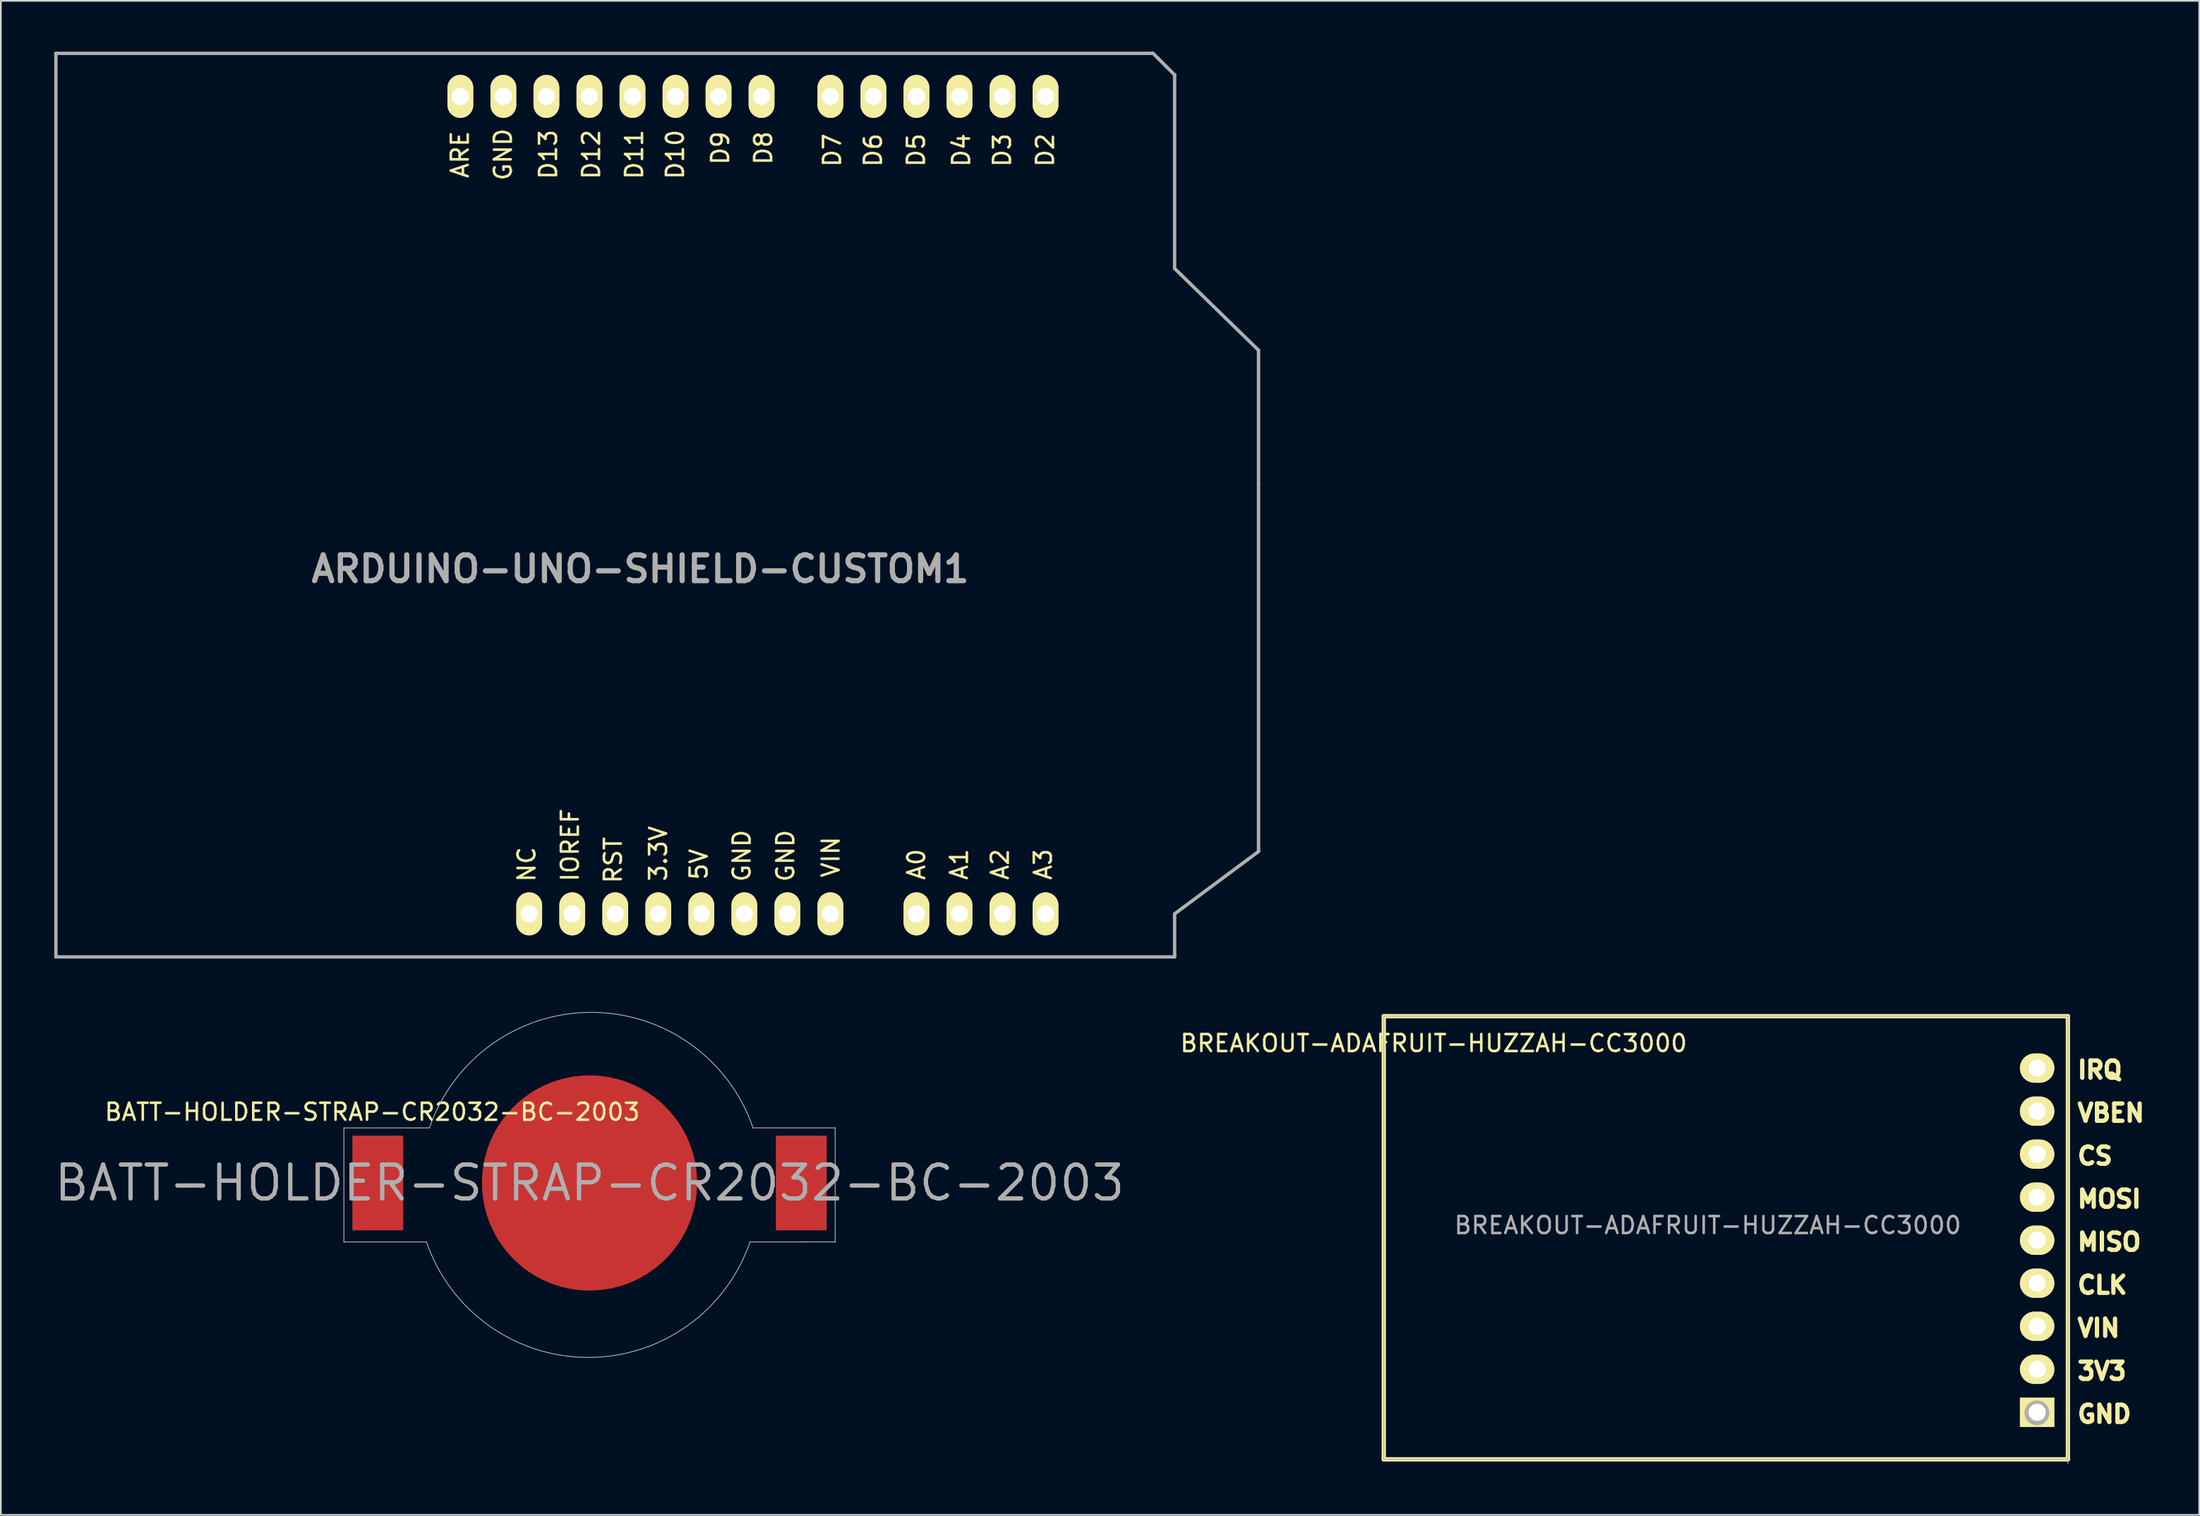
<source format=kicad_pcb>
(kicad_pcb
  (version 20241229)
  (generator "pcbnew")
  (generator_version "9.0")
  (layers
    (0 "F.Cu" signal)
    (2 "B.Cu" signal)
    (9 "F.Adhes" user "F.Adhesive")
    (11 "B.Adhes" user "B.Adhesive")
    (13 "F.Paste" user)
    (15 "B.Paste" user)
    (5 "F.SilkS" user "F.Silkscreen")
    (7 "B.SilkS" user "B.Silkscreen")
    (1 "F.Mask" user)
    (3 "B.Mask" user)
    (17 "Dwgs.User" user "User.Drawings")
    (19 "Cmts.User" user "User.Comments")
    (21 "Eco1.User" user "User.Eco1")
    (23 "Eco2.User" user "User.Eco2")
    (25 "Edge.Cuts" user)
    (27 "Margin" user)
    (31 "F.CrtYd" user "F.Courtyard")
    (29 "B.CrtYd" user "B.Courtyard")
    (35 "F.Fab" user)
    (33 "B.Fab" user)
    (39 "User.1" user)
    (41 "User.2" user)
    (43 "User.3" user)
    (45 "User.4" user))
  (footprint "BREAKOUT-ADAFRUIT-HUZZAH-CC3000"
    (layer "F.Cu")
    (at 119.022 56.94)
    (property "Reference" "BREAKOUT-ADAFRUIT-HUZZAH-CC3000" (at -21.26 12.344 0) (layer "F.Fab") (effects (font (size 1 1) (thickness 0.15))))
    (attr through_hole)
    (fp_line (start -40.386 0) (end -40.386 26.162) (stroke (width 0.254) (type solid)) (layer "F.SilkS"))
    (fp_line (start 0 0) (end -40.386 0) (stroke (width 0.254) (type solid)) (layer "F.SilkS"))
    (fp_line (start 0 0) (end 0 26.162) (stroke (width 0.254) (type solid)) (layer "F.SilkS"))
    (fp_line (start 0 26.162) (end -40.386 26.162) (stroke (width 0.254) (type solid)) (layer "F.SilkS"))
    (fp_line (start -40.386 0) (end -40.386 26.162) (stroke (width 0.05) (type solid)) (layer "F.Fab"))
    (fp_line (start -40.386 0) (end 0 0) (stroke (width 0.05) (type solid)) (layer "F.Fab"))
    (fp_line (start -40.386 26.162) (end 0 26.162) (stroke (width 0.05) (type solid)) (layer "F.Fab"))
    (fp_line (start 0 0) (end 0 26.416) (stroke (width 0.05) (type solid)) (layer "F.Fab"))
    (fp_circle (center -1.829 23.419) (end -1.727 23.622) (stroke (width 0.508) (type solid)) (fill no) (layer "F.Fab"))
    (fp_text user "${REFERENCE}" (at -37.44 1.6 0) (layer "F.SilkS") (effects (font (size 1 1) (thickness 0.15))))
    (fp_text user "IRQ" (at 1.887 3.175 0) (layer "F.SilkS") (effects (font (size 1.016 1.016) (thickness 0.254))))
    (fp_text user "GND" (at 2.153 23.495 0) (layer "F.SilkS") (effects (font (size 1.016 1.016) (thickness 0.254))))
    (fp_text user "MOSI" (at 2.443 10.795 0) (layer "F.SilkS") (effects (font (size 1.016 1.016) (thickness 0.254))))
    (fp_text user "CLK" (at 2.032 15.875 0) (layer "F.SilkS") (effects (font (size 1.016 1.016) (thickness 0.254))))
    (fp_text user "CS" (at 1.597 8.255 0) (layer "F.SilkS") (effects (font (size 1.016 1.016) (thickness 0.254))))
    (fp_text user "VIN" (at 1.814 18.415 0) (layer "F.SilkS") (effects (font (size 1.016 1.016) (thickness 0.254))))
    (fp_text user "3V3" (at 2.008 20.955 0) (layer "F.SilkS") (effects (font (size 1.016 1.016) (thickness 0.254))))
    (fp_text user "VBEN" (at 2.54 5.715 0) (layer "F.SilkS") (effects (font (size 1.016 1.016) (thickness 0.254))))
    (fp_text user "MISO" (at 2.443 13.335 0) (layer "F.SilkS") (effects (font (size 1.016 1.016) (thickness 0.254))))
    (pad "1" thru_hole rect (at -1.816 23.386 180) (size 2.032 1.727) (drill 1.016) (layers "*.Cu" "*.Mask" "F.SilkS"))
    (pad "2" thru_hole oval (at -1.816 20.846 180) (size 2.032 1.727) (drill 1.016) (layers "*.Cu" "*.Mask" "F.SilkS"))
    (pad "3" thru_hole oval (at -1.816 18.306 180) (size 2.032 1.727) (drill 1.016) (layers "*.Cu" "*.Mask" "F.SilkS"))
    (pad "4" thru_hole oval (at -1.816 15.766 180) (size 2.032 1.727) (drill 1.016) (layers "*.Cu" "*.Mask" "F.SilkS"))
    (pad "5" thru_hole oval (at -1.816 13.226 180) (size 2.032 1.727) (drill 1.016) (layers "*.Cu" "*.Mask" "F.SilkS"))
    (pad "6" thru_hole oval (at -1.816 10.686 180) (size 2.032 1.727) (drill 1.016) (layers "*.Cu" "*.Mask" "F.SilkS"))
    (pad "7" thru_hole oval (at -1.816 8.146 180) (size 2.032 1.727) (drill 1.016) (layers "*.Cu" "*.Mask" "F.SilkS"))
    (pad "8" thru_hole oval (at -1.816 5.606 180) (size 2.032 1.727) (drill 1.016) (layers "*.Cu" "*.Mask" "F.SilkS"))
    (pad "9" thru_hole oval (at -1.816 3.066 180) (size 2.032 1.727) (drill 1.016) (layers "*.Cu" "*.Mask" "F.SilkS")))
  (footprint "BATT-HOLDER-STRAP-CR2032-BC-2003"
    (layer "F.Cu")
    (at 31.752 66.786)
    (property "Reference" "BATT-HOLDER-STRAP-CR2032-BC-2003" (at 0 0 0) (layer "F.Fab") (effects (font (size 2 2) (thickness 0.254))))
    (attr through_hole)
    (fp_line (start -14.5 -3.25) (end -14.5 3.5) (stroke (width 0.05) (type solid)) (layer "F.Fab"))
    (fp_line (start -9.627 3.48) (end -14.478 3.48) (stroke (width 0.05) (type solid)) (layer "F.Fab"))
    (fp_line (start -9.474 -3.251) (end -14.5 -3.25) (stroke (width 0.05) (type solid)) (layer "F.Fab"))
    (fp_line (start 9.5 3.48) (end 14.525 3.479) (stroke (width 0.05) (type solid)) (layer "F.Fab"))
    (fp_line (start 9.652 -3.251) (end 14.503 -3.251) (stroke (width 0.05) (type solid)) (layer "F.Fab"))
    (fp_line (start 14.5 3.5) (end 14.5 -3.25) (stroke (width 0.05) (type solid)) (layer "F.Fab"))
    (fp_arc (start -9.4488 -3.2512) (mid 0.099192 -10.071443) (end 9.650436 -3.255756) (stroke (width 0.05) (type solid)) (layer "F.Fab"))
    (fp_arc (start 9.4742 3.4798) (mid -0.073792 10.300043) (end -9.625036 3.484356) (stroke (width 0.05) (type solid)) (layer "F.Fab"))
    (fp_text user "${REFERENCE}" (at -12.827 -4.191 0) (layer "F.SilkS") (effects (font (size 1 1) (thickness 0.15))))
    (pad "1" smd rect (at -12.5 0) (size 3 5.588) (layers "F.Cu" "F.Mask" "F.Paste"))
    (pad "1" smd rect (at 12.5 0) (size 3 5.588) (layers "F.Cu" "F.Mask" "F.Paste"))
    (pad "GND" smd circle (at 0 0) (size 12.7 12.7) (layers "F.Cu" "F.Mask")))
  (footprint "ARDUINO-UNO-SHIELD-CUSTOM1"
    (layer "F.Cu")
    (at 0.25 53.44)
    (property "Reference" "ARDUINO-UNO-SHIELD-CUSTOM1" (at 34.5 -22.9 0) (layer "F.Fab") (effects (font (size 1.524 1.524) (thickness 0.305))))
    (attr through_hole)
    (fp_line (start 0 0) (end 0 -53.34) (stroke (width 0.2) (type solid)) (layer "F.Fab"))
    (fp_line (start 0 0) (end 66.04 0) (stroke (width 0.2) (type solid)) (layer "F.Fab"))
    (fp_line (start 64.77 -53.34) (end 0 -53.34) (stroke (width 0.2) (type solid)) (layer "F.Fab"))
    (fp_line (start 66.04 -52.07) (end 64.77 -53.34) (stroke (width 0.2) (type solid)) (layer "F.Fab"))
    (fp_line (start 66.04 -40.64) (end 66.04 -52.07) (stroke (width 0.2) (type solid)) (layer "F.Fab"))
    (fp_line (start 66.04 -40.64) (end 70.993 -35.814) (stroke (width 0.2) (type solid)) (layer "F.Fab"))
    (fp_line (start 66.04 -2.54) (end 66.04 0) (stroke (width 0.2) (type solid)) (layer "F.Fab"))
    (fp_line (start 66.04 -2.54) (end 70.993 -6.223) (stroke (width 0.2) (type solid)) (layer "F.Fab"))
    (fp_line (start 70.993 -35.814) (end 70.993 -27.94) (stroke (width 0.2) (type solid)) (layer "F.Fab"))
    (fp_line (start 70.993 -27.94) (end 70.993 -6.223) (stroke (width 0.2) (type solid)) (layer "F.Fab"))
    (fp_text user "D6" (at 48.24 -47.625 90) (layer "F.SilkS") (effects (font (size 1 1) (thickness 0.15))))
    (fp_text user "A0" (at 50.8 -5.461 90) (layer "F.SilkS") (effects (font (size 1 1) (thickness 0.15))))
    (fp_text user "GND" (at 40.493 -5.969 90) (layer "F.SilkS") (effects (font (size 1 1) (thickness 0.15))))
    (fp_text user "D11" (at 34.143 -47.371 90) (layer "F.SilkS") (effects (font (size 1 1) (thickness 0.15))))
    (fp_text user "3.3V" (at 35.56 -6.096 90) (layer "F.SilkS") (effects (font (size 1 1) (thickness 0.15))))
    (fp_text user "IOREF" (at 30.353 -6.604 90) (layer "F.SilkS") (effects (font (size 1 1) (thickness 0.15))))
    (fp_text user "GND" (at 43.068 -5.969 90) (layer "F.SilkS") (effects (font (size 1 1) (thickness 0.15))))
    (fp_text user "D9" (at 39.223 -47.752 90) (layer "F.SilkS") (effects (font (size 1 1) (thickness 0.15))))
    (fp_text user "D10" (at 36.556 -47.371 90) (layer "F.SilkS") (effects (font (size 1 1) (thickness 0.15))))
    (fp_text user "ARE" (at 23.856 -47.371 90) (layer "F.SilkS") (effects (font (size 1 1) (thickness 0.15))))
    (fp_text user "A1" (at 53.32 -5.461 90) (layer "F.SilkS") (effects (font (size 1 1) (thickness 0.15))))
    (fp_text user "GND" (at 26.396 -47.371 90) (layer "F.SilkS") (effects (font (size 1 1) (thickness 0.15))))
    (fp_text user "NC" (at 27.793 -5.461 90) (layer "F.SilkS") (effects (font (size 1 1) (thickness 0.15))))
    (fp_text user "D12" (at 31.603 -47.371 90) (layer "F.SilkS") (effects (font (size 1 1) (thickness 0.15))))
    (fp_text user "D4" (at 53.447 -47.625 90) (layer "F.SilkS") (effects (font (size 1 1) (thickness 0.15))))
    (fp_text user "D2" (at 58.4 -47.625 90) (layer "F.SilkS") (effects (font (size 1 1) (thickness 0.15))))
    (fp_text user "A3" (at 58.273 -5.461 90) (layer "F.SilkS") (effects (font (size 1 1) (thickness 0.15))))
    (fp_text user "D5" (at 50.78 -47.625 90) (layer "F.SilkS") (effects (font (size 1 1) (thickness 0.15))))
    (fp_text user "D8" (at 41.763 -47.752 90) (layer "F.SilkS") (effects (font (size 1 1) (thickness 0.15))))
    (fp_text user "VIN" (at 45.743 -5.894 90) (layer "F.SilkS") (effects (font (size 1 1) (thickness 0.15))))
    (fp_text user "RST" (at 32.893 -5.715 90) (layer "F.SilkS") (effects (font (size 1 1) (thickness 0.15))))
    (fp_text user "A2" (at 55.733 -5.461 90) (layer "F.SilkS") (effects (font (size 1 1) (thickness 0.15))))
    (fp_text user "D3" (at 55.86 -47.625 90) (layer "F.SilkS") (effects (font (size 1 1) (thickness 0.15))))
    (fp_text user "D13" (at 29.063 -47.371 90) (layer "F.SilkS") (effects (font (size 1 1) (thickness 0.15))))
    (fp_text user "D7" (at 45.827 -47.625 90) (layer "F.SilkS") (effects (font (size 1 1) (thickness 0.15))))
    (fp_text user "5V" (at 37.953 -5.461 90) (layer "F.SilkS") (effects (font (size 1 1) (thickness 0.15))))
    (pad "3V3" thru_hole oval (at 35.56 -2.54 90) (size 2.54 1.524) (drill 1.016) (layers "*.Cu" "*.Mask" "F.SilkS"))
    (pad "5V" thru_hole oval (at 38.1 -2.54 90) (size 2.54 1.524) (drill 1.016) (layers "*.Cu" "*.Mask" "F.SilkS"))
    (pad "A0" thru_hole oval (at 50.8 -2.54 90) (size 2.54 1.524) (drill 1.016) (layers "*.Cu" "*.Mask" "F.SilkS"))
    (pad "A1" thru_hole oval (at 53.34 -2.54 90) (size 2.54 1.524) (drill 1.016) (layers "*.Cu" "*.Mask" "F.SilkS"))
    (pad "A2" thru_hole oval (at 55.88 -2.54 90) (size 2.54 1.524) (drill 1.016) (layers "*.Cu" "*.Mask" "F.SilkS"))
    (pad "A3" thru_hole oval (at 58.42 -2.54 90) (size 2.54 1.524) (drill 1.016) (layers "*.Cu" "*.Mask" "F.SilkS"))
    (pad "AREF" thru_hole oval (at 23.876 -50.8 90) (size 2.54 1.524) (drill 1.016) (layers "*.Cu" "*.Mask" "F.SilkS"))
    (pad "D2" thru_hole oval (at 58.42 -50.8 90) (size 2.54 1.524) (drill 1.016) (layers "*.Cu" "*.Mask" "F.SilkS"))
    (pad "D3" thru_hole oval (at 55.88 -50.8 90) (size 2.54 1.524) (drill 1.016) (layers "*.Cu" "*.Mask" "F.SilkS"))
    (pad "D4" thru_hole oval (at 53.34 -50.8 90) (size 2.54 1.524) (drill 1.016) (layers "*.Cu" "*.Mask" "F.SilkS"))
    (pad "D5" thru_hole oval (at 50.8 -50.8 90) (size 2.54 1.524) (drill 1.016) (layers "*.Cu" "*.Mask" "F.SilkS"))
    (pad "D6" thru_hole oval (at 48.26 -50.8 90) (size 2.54 1.524) (drill 1.016) (layers "*.Cu" "*.Mask" "F.SilkS"))
    (pad "D7" thru_hole oval (at 45.72 -50.8 90) (size 2.54 1.524) (drill 1.016) (layers "*.Cu" "*.Mask" "F.SilkS"))
    (pad "D8" thru_hole oval (at 41.656 -50.8 90) (size 2.54 1.524) (drill 1.016) (layers "*.Cu" "*.Mask" "F.SilkS"))
    (pad "D9" thru_hole oval (at 39.116 -50.8 90) (size 2.54 1.524) (drill 1.016) (layers "*.Cu" "*.Mask" "F.SilkS"))
    (pad "D10" thru_hole oval (at 36.576 -50.8 90) (size 2.54 1.524) (drill 1.016) (layers "*.Cu" "*.Mask" "F.SilkS"))
    (pad "D11" thru_hole oval (at 34.036 -50.8 90) (size 2.54 1.524) (drill 1.016) (layers "*.Cu" "*.Mask" "F.SilkS"))
    (pad "D12" thru_hole oval (at 31.496 -50.8 90) (size 2.54 1.524) (drill 1.016) (layers "*.Cu" "*.Mask" "F.SilkS"))
    (pad "D13" thru_hole oval (at 28.956 -50.8 90) (size 2.54 1.524) (drill 1.016) (layers "*.Cu" "*.Mask" "F.SilkS"))
    (pad "GND1" thru_hole oval (at 40.64 -2.54 90) (size 2.54 1.524) (drill 1.016) (layers "*.Cu" "*.Mask" "F.SilkS"))
    (pad "GND2" thru_hole oval (at 43.18 -2.54 90) (size 2.54 1.524) (drill 1.016) (layers "*.Cu" "*.Mask" "F.SilkS"))
    (pad "GND3" thru_hole oval (at 26.416 -50.8 90) (size 2.54 1.524) (drill 1.016) (layers "*.Cu" "*.Mask" "F.SilkS"))
    (pad "IO" thru_hole oval (at 30.48 -2.54 90) (size 2.54 1.524) (drill 1.016) (layers "*.Cu" "*.Mask" "F.SilkS"))
    (pad "NC" thru_hole oval (at 27.94 -2.54 90) (size 2.54 1.524) (drill 1.016) (layers "*.Cu" "*.Mask" "F.SilkS"))
    (pad "RST" thru_hole oval (at 33.02 -2.54 90) (size 2.54 1.524) (drill 1.016) (layers "*.Cu" "*.Mask" "F.SilkS"))
    (pad "VIN" thru_hole oval (at 45.72 -2.54 90) (size 2.54 1.524) (drill 1.016) (layers "*.Cu" "*.Mask" "F.SilkS")))
  (gr_rect
    (start -3 -3)
    (end 126.776 86.381)
    (stroke (width 0.1) (type default))
    (fill no)
    (layer "Edge.Cuts")))
</source>
